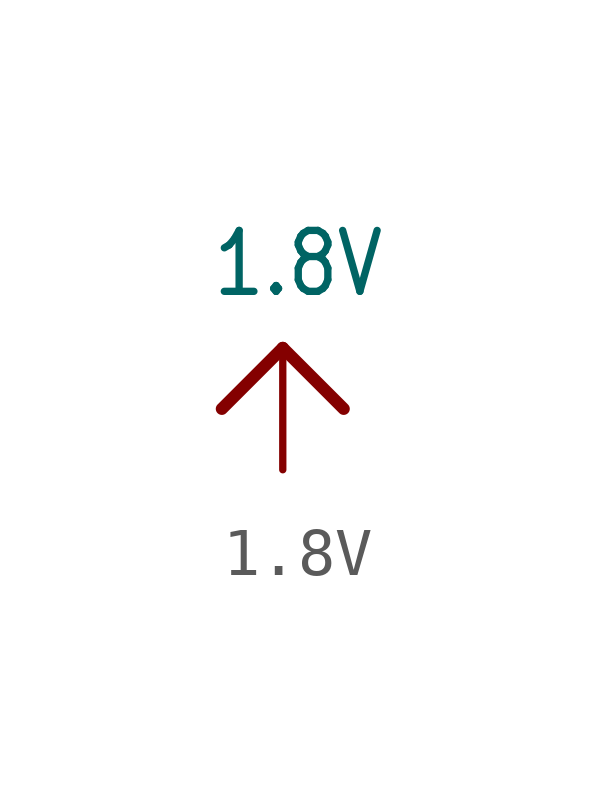
<source format=kicad_sym>
(kicad_symbol_lib
  (version 20211014)
  (generator kicad_symbol_editor)
  (symbol "1.8V"
    (power)
    (property "Reference" ""
      (at 0 0 0)
      (effects (font (size 1.27 1.27)) hide))
    (property "Value" "1.8V"
      (at -1.524 1.016 0)
      (effects (font (size 1.27 1.079)) (justify left bottom)))
    (property "ki_locked" ""
      (at 0 0 0)
      (effects (font (size 1.27 1.27))))
    (symbol "1.8V_1_0"
      (polyline (pts (xy -1.27 -1.27) (xy 0 0)) (stroke (width 0.254) (type default) (color 0 0 0 0)) (fill (type none)))
      (polyline (pts (xy 0 0) (xy 1.27 -1.27)) (stroke (width 0.254) (type default) (color 0 0 0 0)) (fill (type none)))
      (pin power_in line (at 0 -2.54 90) (length 2.54) (name "1.8V" (effects (font (size 0 0)))) (number "1" (effects (font (size 0 0))))))))
</source>
